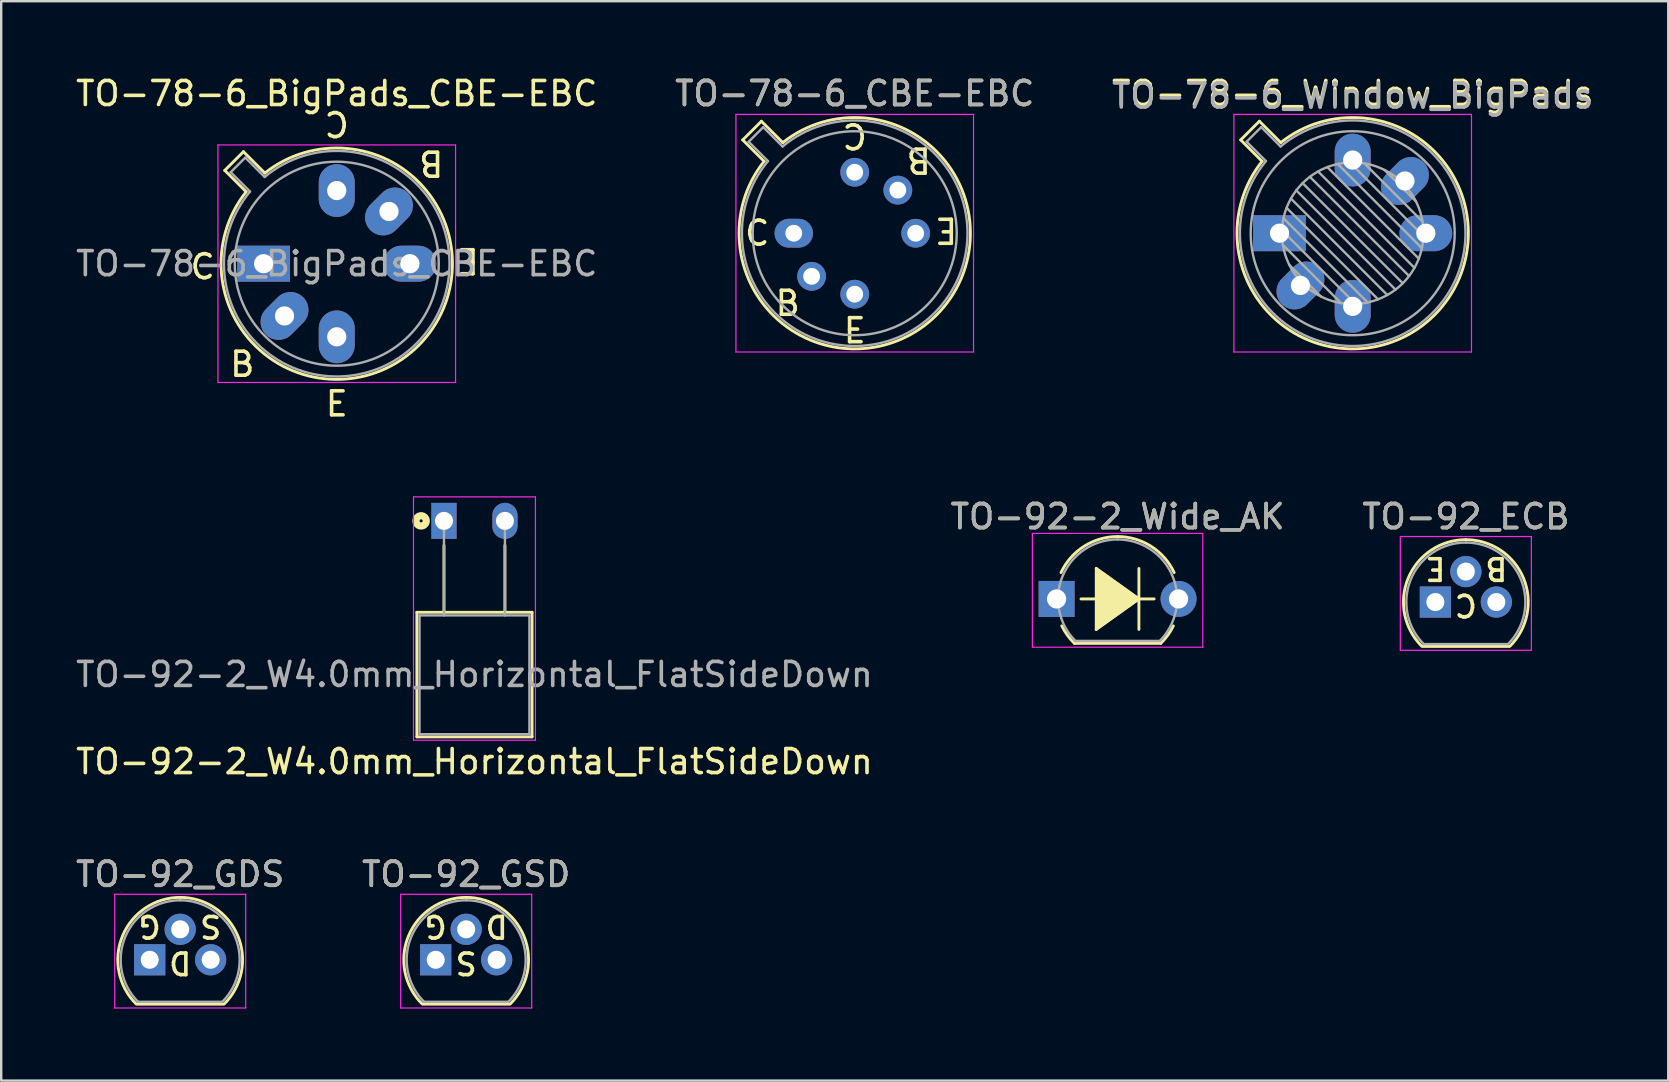
<source format=kicad_pcb>
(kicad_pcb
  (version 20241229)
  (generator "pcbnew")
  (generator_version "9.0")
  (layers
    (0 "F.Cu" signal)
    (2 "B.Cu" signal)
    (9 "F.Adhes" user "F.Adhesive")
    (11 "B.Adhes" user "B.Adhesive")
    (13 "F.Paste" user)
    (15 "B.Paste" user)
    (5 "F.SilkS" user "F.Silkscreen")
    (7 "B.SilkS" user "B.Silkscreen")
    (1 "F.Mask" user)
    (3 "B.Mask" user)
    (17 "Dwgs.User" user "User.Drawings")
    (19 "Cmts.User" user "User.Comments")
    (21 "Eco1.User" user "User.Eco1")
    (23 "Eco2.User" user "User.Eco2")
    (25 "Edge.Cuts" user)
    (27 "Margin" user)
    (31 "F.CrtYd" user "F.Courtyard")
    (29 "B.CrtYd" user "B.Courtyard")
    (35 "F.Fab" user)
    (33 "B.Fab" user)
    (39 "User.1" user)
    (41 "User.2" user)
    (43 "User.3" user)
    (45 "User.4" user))
  (footprint "TO-78-6_CBE-EBC"
    (layer "F.Cu")
    (at 30.025 6.668)
    (property "Reference" "TO-78-6_CBE-EBC" (at 2.54 -5.82 0) (layer "F.SilkS") (effects (font (size 1 1) (thickness 0.15))))
    (fp_line (start -2.126 -3.888) (end -1.235 -2.997) (stroke (width 0.12) (type solid)) (layer "F.SilkS"))
    (fp_line (start -1.348 -4.666) (end -2.126 -3.888) (stroke (width 0.12) (type solid)) (layer "F.SilkS"))
    (fp_line (start -0.457 -3.775) (end -1.348 -4.666) (stroke (width 0.12) (type solid)) (layer "F.SilkS"))
    (fp_arc (start -0.457084 -3.774902) (mid 5.948125 3.408384) (end -1.234674 -2.997371) (stroke (width 0.12) (type solid)) (layer "F.SilkS"))
    (fp_line (start -2.41 -4.95) (end -2.41 4.95) (stroke (width 0.05) (type solid)) (layer "F.CrtYd"))
    (fp_line (start -2.41 4.95) (end 7.49 4.95) (stroke (width 0.05) (type solid)) (layer "F.CrtYd"))
    (fp_line (start 7.49 -4.95) (end -2.41 -4.95) (stroke (width 0.05) (type solid)) (layer "F.CrtYd"))
    (fp_line (start 7.49 4.95) (end 7.49 -4.95) (stroke (width 0.05) (type solid)) (layer "F.CrtYd"))
    (fp_line (start -1.88 -3.812) (end -1.074 -3.005) (stroke (width 0.1) (type solid)) (layer "F.Fab"))
    (fp_line (start -1.272 -4.42) (end -1.88 -3.812) (stroke (width 0.1) (type solid)) (layer "F.Fab"))
    (fp_line (start -0.465 -3.614) (end -1.272 -4.42) (stroke (width 0.1) (type solid)) (layer "F.Fab"))
    (fp_arc (start -0.465408 -3.61352) (mid 5.863443 3.323361) (end -1.073594 -3.005319) (stroke (width 0.1) (type solid)) (layer "F.Fab"))
    (fp_circle (center 2.54 0) (end 6.79 0) (stroke (width 0.1) (type solid)) (fill no) (layer "F.Fab"))
    (fp_text user "B" (at -0.254 2.921 0) (unlocked yes) (layer "F.SilkS") (effects (font (size 1 1) (thickness 0.15))))
    (fp_text user "E" (at 6.35 -0.127 180) (unlocked yes) (layer "F.SilkS") (effects (font (size 1 1) (thickness 0.15))))
    (fp_text user "B" (at 5.207 -3.048 180) (unlocked yes) (layer "F.SilkS") (effects (font (size 1 1) (thickness 0.15))))
    (fp_text user "C" (at 2.54 -4.064 180) (unlocked yes) (layer "F.SilkS") (effects (font (size 1 1) (thickness 0.15))))
    (fp_text user "E" (at 2.54 4.064 0) (unlocked yes) (layer "F.SilkS") (effects (font (size 1 1) (thickness 0.15))))
    (fp_text user "C" (at -1.524 0 0) (unlocked yes) (layer "F.SilkS") (effects (font (size 1 1) (thickness 0.15))))
    (fp_text user "${REFERENCE}" (at 2.54 -5.82 0) (layer "F.Fab") (effects (font (size 1 1) (thickness 0.15))))
    (pad "1" thru_hole oval (at 0 0) (size 1.6 1.2) (drill 0.7) (layers "*.Cu" "*.Mask"))
    (pad "2" thru_hole oval (at 0.744 1.796) (size 1.2 1.2) (drill 0.7) (layers "*.Cu" "*.Mask"))
    (pad "3" thru_hole oval (at 2.54 2.54) (size 1.2 1.2) (drill 0.7) (layers "*.Cu" "*.Mask"))
    (pad "4" thru_hole oval (at 5.08 0) (size 1.2 1.2) (drill 0.7) (layers "*.Cu" "*.Mask"))
    (pad "5" thru_hole oval (at 4.336 -1.796) (size 1.2 1.2) (drill 0.7) (layers "*.Cu" "*.Mask"))
    (pad "6" thru_hole oval (at 2.54 -2.54) (size 1.2 1.2) (drill 0.7) (layers "*.Cu" "*.Mask")))
  (footprint "TO-78-6_BigPads_CBE-EBC"
    (layer "F.Cu")
    (at 7.934 7.938)
    (property "Reference" "TO-78-6_BigPads_CBE-EBC" (at 3.048 -7.09 0) (layer "F.SilkS") (effects (font (size 1 1) (thickness 0.15))))
    (attr through_hole)
    (fp_line (start -1.618 -3.888) (end -0.727 -2.997) (stroke (width 0.12) (type solid)) (layer "F.SilkS"))
    (fp_line (start -0.84 -4.666) (end -1.618 -3.888) (stroke (width 0.12) (type solid)) (layer "F.SilkS"))
    (fp_line (start 0.051 -3.775) (end -0.84 -4.666) (stroke (width 0.12) (type solid)) (layer "F.SilkS"))
    (fp_arc (start 0.050916 -3.774902) (mid 6.456125 3.408384) (end -0.726674 -2.997371) (stroke (width 0.12) (type solid)) (layer "F.SilkS"))
    (fp_line (start -1.902 -4.95) (end -1.902 4.95) (stroke (width 0.05) (type solid)) (layer "F.CrtYd"))
    (fp_line (start -1.902 4.95) (end 7.998 4.95) (stroke (width 0.05) (type solid)) (layer "F.CrtYd"))
    (fp_line (start 7.998 -4.95) (end -1.902 -4.95) (stroke (width 0.05) (type solid)) (layer "F.CrtYd"))
    (fp_line (start 7.998 4.95) (end 7.998 -4.95) (stroke (width 0.05) (type solid)) (layer "F.CrtYd"))
    (fp_line (start -1.372 -3.812) (end -0.566 -3.005) (stroke (width 0.1) (type solid)) (layer "F.Fab"))
    (fp_line (start -0.764 -4.42) (end -1.372 -3.812) (stroke (width 0.1) (type solid)) (layer "F.Fab"))
    (fp_line (start 0.043 -3.614) (end -0.764 -4.42) (stroke (width 0.1) (type solid)) (layer "F.Fab"))
    (fp_arc (start 0.042592 -3.61352) (mid 6.371443 3.323361) (end -0.565594 -3.005319) (stroke (width 0.1) (type solid)) (layer "F.Fab"))
    (fp_circle (center 3.048 0) (end 7.298 0) (stroke (width 0.1) (type solid)) (fill no) (layer "F.Fab"))
    (fp_text user "E" (at 8.509 -0.127 180) (unlocked yes) (layer "F.SilkS") (effects (font (size 1 1) (thickness 0.15))))
    (fp_text user "B" (at -0.889 4.191 0) (unlocked yes) (layer "F.SilkS") (effects (font (size 1 1) (thickness 0.15))))
    (fp_text user "C" (at -2.54 0.127 0) (unlocked yes) (layer "F.SilkS") (effects (font (size 1 1) (thickness 0.15))))
    (fp_text user "B" (at 6.985 -4.191 180) (unlocked yes) (layer "F.SilkS") (effects (font (size 1 1) (thickness 0.15))))
    (fp_text user "E" (at 3.048 5.842 0) (unlocked yes) (layer "F.SilkS") (effects (font (size 1 1) (thickness 0.15))))
    (fp_text user "C" (at 3.048 -5.842 180) (unlocked yes) (layer "F.SilkS") (effects (font (size 1 1) (thickness 0.15))))
    (fp_text user "${REFERENCE}" (at 3.048 0 0) (layer "F.Fab") (effects (font (size 1 1) (thickness 0.15))))
    (pad "1" thru_hole rect (at 0 0) (size 2.2 1.5) (drill 0.8) (layers "*.Cu" "*.Mask"))
    (pad "2" thru_hole oval (at 0.871 2.177 45) (size 2.2 1.5) (drill 0.8) (layers "*.Cu" "*.Mask"))
    (pad "3" thru_hole oval (at 3.048 3.048) (size 1.5 2.2) (drill 0.8) (layers "*.Cu" "*.Mask"))
    (pad "4" thru_hole oval (at 6.096 0) (size 2.2 1.5) (drill 0.8) (layers "*.Cu" "*.Mask"))
    (pad "5" thru_hole oval (at 5.225 -2.177 45) (size 2.2 1.5) (drill 0.8) (layers "*.Cu" "*.Mask"))
    (pad "6" thru_hole oval (at 3.048 -3.048) (size 1.5 2.2) (drill 0.8) (layers "*.Cu" "*.Mask")))
  (footprint "TO-92-2_W4.0mm_Horizontal_FlatSideDown"
    (layer "F.Cu")
    (at 15.45 18.654)
    (property "Reference" "TO-92-2_W4.0mm_Horizontal_FlatSideDown" (at 1.27 10.033 0) (layer "F.SilkS") (effects (font (size 1 1) (thickness 0.15))))
    (attr through_hole)
    (fp_line (start -1.13 3.81) (end 3.67 3.81) (stroke (width 0.12) (type solid)) (layer "F.SilkS"))
    (fp_line (start -1.13 9) (end -1.13 3.81) (stroke (width 0.12) (type solid)) (layer "F.SilkS"))
    (fp_line (start 0 1.02) (end 0 3.81) (stroke (width 0.12) (type solid)) (layer "F.SilkS"))
    (fp_line (start 2.54 1.02) (end 2.54 3.81) (stroke (width 0.12) (type solid)) (layer "F.SilkS"))
    (fp_line (start 3.67 3.81) (end 3.67 9) (stroke (width 0.12) (type solid)) (layer "F.SilkS"))
    (fp_line (start 3.67 9) (end -1.13 9) (stroke (width 0.12) (type solid)) (layer "F.SilkS"))
    (fp_circle (center -0.953 0) (end -0.889 0) (stroke (width 0.3) (type solid)) (fill no) (layer "F.SilkS"))
    (fp_line (start -1.27 -1) (end -1.27 9.14) (stroke (width 0.05) (type solid)) (layer "F.CrtYd"))
    (fp_line (start -1.27 -1) (end 3.81 -1) (stroke (width 0.05) (type solid)) (layer "F.CrtYd"))
    (fp_line (start 3.81 9.14) (end -1.27 9.14) (stroke (width 0.05) (type solid)) (layer "F.CrtYd"))
    (fp_line (start 3.81 9.14) (end 3.81 -1) (stroke (width 0.05) (type solid)) (layer "F.CrtYd"))
    (fp_line (start -1.02 3.94) (end 3.56 3.94) (stroke (width 0.1) (type solid)) (layer "F.Fab"))
    (fp_line (start -1.02 8.89) (end -1.02 3.94) (stroke (width 0.1) (type solid)) (layer "F.Fab"))
    (fp_line (start 0 3.94) (end 0 0) (stroke (width 0.1) (type solid)) (layer "F.Fab"))
    (fp_line (start 2.54 3.94) (end 2.54 0) (stroke (width 0.1) (type solid)) (layer "F.Fab"))
    (fp_line (start 3.56 3.94) (end 3.56 8.89) (stroke (width 0.1) (type solid)) (layer "F.Fab"))
    (fp_line (start 3.56 8.89) (end -1.02 8.89) (stroke (width 0.1) (type solid)) (layer "F.Fab"))
    (fp_text user "${REFERENCE}" (at 1.27 6.4 0) (layer "F.Fab") (effects (font (size 1 1) (thickness 0.15))))
    (pad "1" thru_hole rect (at 0 0) (size 1.05 1.5) (drill 0.75) (layers "*.Cu" "*.Mask"))
    (pad "3" thru_hole oval (at 2.54 0) (size 1.05 1.5) (drill 0.75) (layers "*.Cu" "*.Mask")))
  (footprint "TO-92_ECB"
    (layer "F.Cu")
    (at 56.76 22.037)
    (property "Reference" "TO-92_ECB" (at 1.27 -3.56 0) (layer "F.SilkS") (effects (font (size 1 1) (thickness 0.15))))
    (fp_line (start -0.53 1.85) (end 3.07 1.85) (stroke (width 0.12) (type solid)) (layer "F.SilkS"))
    (fp_arc (start -0.568478 1.838478) (mid -1.132087 -0.994977) (end 1.27 -2.6) (stroke (width 0.12) (type solid)) (layer "F.SilkS"))
    (fp_arc (start 1.27 -2.6) (mid 3.672087 -0.994977) (end 3.108478 1.838478) (stroke (width 0.12) (type solid)) (layer "F.SilkS"))
    (fp_line (start -1.46 -2.73) (end -1.46 2.01) (stroke (width 0.05) (type solid)) (layer "F.CrtYd"))
    (fp_line (start -1.46 -2.73) (end 4 -2.73) (stroke (width 0.05) (type solid)) (layer "F.CrtYd"))
    (fp_line (start 4 2.01) (end -1.46 2.01) (stroke (width 0.05) (type solid)) (layer "F.CrtYd"))
    (fp_line (start 4 2.01) (end 4 -2.73) (stroke (width 0.05) (type solid)) (layer "F.CrtYd"))
    (fp_line (start -0.5 1.75) (end 3 1.75) (stroke (width 0.1) (type solid)) (layer "F.Fab"))
    (fp_arc (start -0.483625 1.753625) (mid -1.021221 -0.949055) (end 1.27 -2.48) (stroke (width 0.1) (type solid)) (layer "F.Fab"))
    (fp_arc (start 1.27 -2.48) (mid 3.561221 -0.949055) (end 3.023625 1.753625) (stroke (width 0.1) (type solid)) (layer "F.Fab"))
    (fp_text user "B" (at 2.54 -1.397 180) (unlocked yes) (layer "F.SilkS") (effects (font (size 0.9 0.9) (thickness 0.15))))
    (fp_text user "E" (at 0 -1.397 180) (unlocked yes) (layer "F.SilkS") (effects (font (size 0.9 0.9) (thickness 0.15))))
    (fp_text user "C" (at 1.27 0.127 180) (unlocked yes) (layer "F.SilkS") (effects (font (size 0.9 0.9) (thickness 0.15))))
    (fp_text user "${REFERENCE}" (at 1.27 -3.56 0) (layer "F.Fab") (effects (font (size 1 1) (thickness 0.15))))
    (pad "1" thru_hole rect (at 0 0 90) (size 1.3 1.3) (drill 0.75) (layers "*.Cu" "*.Mask"))
    (pad "2" thru_hole circle (at 1.27 -1.27 90) (size 1.3 1.3) (drill 0.75) (layers "*.Cu" "*.Mask"))
    (pad "3" thru_hole circle (at 2.54 0 90) (size 1.3 1.3) (drill 0.75) (layers "*.Cu" "*.Mask")))
  (footprint "TO-78-6_Window_BigPads"
    (layer "F.Cu")
    (at 50.775 6.668)
    (property "Reference" "TO-78-6_Window_BigPads" (at 2.54 -5.82 0) (layer "F.SilkS") (effects (font (size 1 1) (thickness 0.15))))
    (attr through_hole)
    (fp_line (start -2.126 -3.888) (end -1.235 -2.997) (stroke (width 0.12) (type solid)) (layer "F.SilkS"))
    (fp_line (start -1.348 -4.666) (end -2.126 -3.888) (stroke (width 0.12) (type solid)) (layer "F.SilkS"))
    (fp_line (start -0.457 -3.775) (end -1.348 -4.666) (stroke (width 0.12) (type solid)) (layer "F.SilkS"))
    (fp_arc (start -0.457084 -3.774902) (mid 5.948125 3.408384) (end -1.234674 -2.997371) (stroke (width 0.12) (type solid)) (layer "F.SilkS"))
    (fp_line (start -2.41 -4.95) (end -2.41 4.95) (stroke (width 0.05) (type solid)) (layer "F.CrtYd"))
    (fp_line (start -2.41 4.95) (end 7.49 4.95) (stroke (width 0.05) (type solid)) (layer "F.CrtYd"))
    (fp_line (start 7.49 -4.95) (end -2.41 -4.95) (stroke (width 0.05) (type solid)) (layer "F.CrtYd"))
    (fp_line (start 7.49 4.95) (end 7.49 -4.95) (stroke (width 0.05) (type solid)) (layer "F.CrtYd"))
    (fp_line (start -1.88 -3.812) (end -1.074 -3.005) (stroke (width 0.1) (type solid)) (layer "F.Fab"))
    (fp_line (start -1.272 -4.42) (end -1.88 -3.812) (stroke (width 0.1) (type solid)) (layer "F.Fab"))
    (fp_line (start -0.465 -3.614) (end -1.272 -4.42) (stroke (width 0.1) (type solid)) (layer "F.Fab"))
    (fp_line (start -0.408 -0.12) (end 2.66 2.948) (stroke (width 0.1) (type solid)) (layer "F.Fab"))
    (fp_line (start -0.371 0.485) (end 2.055 2.911) (stroke (width 0.1) (type solid)) (layer "F.Fab"))
    (fp_line (start -0.344 -0.622) (end 3.162 2.884) (stroke (width 0.1) (type solid)) (layer "F.Fab"))
    (fp_line (start -0.215 -1.058) (end 3.598 2.755) (stroke (width 0.1) (type solid)) (layer "F.Fab"))
    (fp_line (start -0.097 1.324) (end 1.216 2.637) (stroke (width 0.1) (type solid)) (layer "F.Fab"))
    (fp_line (start -0.034 -1.443) (end 3.983 2.574) (stroke (width 0.1) (type solid)) (layer "F.Fab"))
    (fp_line (start 0.19 -1.784) (end 4.324 2.35) (stroke (width 0.1) (type solid)) (layer "F.Fab"))
    (fp_line (start 0.454 -2.086) (end 4.626 2.086) (stroke (width 0.1) (type solid)) (layer "F.Fab"))
    (fp_line (start 0.756 -2.35) (end 4.89 1.784) (stroke (width 0.1) (type solid)) (layer "F.Fab"))
    (fp_line (start 1.097 -2.574) (end 5.114 1.443) (stroke (width 0.1) (type solid)) (layer "F.Fab"))
    (fp_line (start 1.482 -2.755) (end 5.295 1.058) (stroke (width 0.1) (type solid)) (layer "F.Fab"))
    (fp_line (start 1.918 -2.884) (end 5.424 0.622) (stroke (width 0.1) (type solid)) (layer "F.Fab"))
    (fp_line (start 2.42 -2.948) (end 5.488 0.12) (stroke (width 0.1) (type solid)) (layer "F.Fab"))
    (fp_line (start 3.025 -2.911) (end 5.451 -0.485) (stroke (width 0.1) (type solid)) (layer "F.Fab"))
    (fp_line (start 3.864 -2.637) (end 5.177 -1.324) (stroke (width 0.1) (type solid)) (layer "F.Fab"))
    (fp_arc (start -0.465408 -3.61352) (mid 5.863443 3.323361) (end -1.073594 -3.005319) (stroke (width 0.1) (type solid)) (layer "F.Fab"))
    (fp_circle (center 2.54 0) (end 5.49 0) (stroke (width 0.1) (type solid)) (fill no) (layer "F.Fab"))
    (fp_circle (center 2.54 0) (end 6.79 0) (stroke (width 0.1) (type solid)) (fill no) (layer "F.Fab"))
    (fp_text user "${REFERENCE}" (at 2.54 -5.715 0) (layer "F.Fab") (effects (font (size 1 1) (thickness 0.15))))
    (pad "1" thru_hole rect (at -0.508 0) (size 2.2 1.5) (drill 0.8) (layers "*.Cu" "*.Mask"))
    (pad "2" thru_hole oval (at 0.363 2.177 45) (size 2.2 1.5) (drill 0.8) (layers "*.Cu" "*.Mask"))
    (pad "3" thru_hole oval (at 2.54 3.048) (size 1.5 2.2) (drill 0.8) (layers "*.Cu" "*.Mask"))
    (pad "4" thru_hole oval (at 5.588 0) (size 2.2 1.5) (drill 0.8) (layers "*.Cu" "*.Mask"))
    (pad "5" thru_hole oval (at 4.717 -2.177 45) (size 2.2 1.5) (drill 0.8) (layers "*.Cu" "*.Mask"))
    (pad "6" thru_hole oval (at 2.54 -3.048) (size 1.5 2.2) (drill 0.8) (layers "*.Cu" "*.Mask")))
  (footprint "TO-92_GDS"
    (layer "F.Cu")
    (at 3.188 36.943)
    (property "Reference" "TO-92_GDS" (at 1.27 -3.56 0) (layer "F.SilkS") (effects (font (size 1 1) (thickness 0.15))))
    (fp_line (start -0.53 1.85) (end 3.07 1.85) (stroke (width 0.12) (type solid)) (layer "F.SilkS"))
    (fp_arc (start -0.568478 1.838478) (mid -1.132087 -0.994977) (end 1.27 -2.6) (stroke (width 0.12) (type solid)) (layer "F.SilkS"))
    (fp_arc (start 1.27 -2.6) (mid 3.672087 -0.994977) (end 3.108478 1.838478) (stroke (width 0.12) (type solid)) (layer "F.SilkS"))
    (fp_line (start -1.46 -2.73) (end -1.46 2.01) (stroke (width 0.05) (type solid)) (layer "F.CrtYd"))
    (fp_line (start -1.46 -2.73) (end 4 -2.73) (stroke (width 0.05) (type solid)) (layer "F.CrtYd"))
    (fp_line (start 4 2.01) (end -1.46 2.01) (stroke (width 0.05) (type solid)) (layer "F.CrtYd"))
    (fp_line (start 4 2.01) (end 4 -2.73) (stroke (width 0.05) (type solid)) (layer "F.CrtYd"))
    (fp_line (start -0.5 1.75) (end 3 1.75) (stroke (width 0.1) (type solid)) (layer "F.Fab"))
    (fp_arc (start -0.483625 1.753625) (mid -1.021221 -0.949055) (end 1.27 -2.48) (stroke (width 0.1) (type solid)) (layer "F.Fab"))
    (fp_arc (start 1.27 -2.48) (mid 3.561221 -0.949055) (end 3.023625 1.753625) (stroke (width 0.1) (type solid)) (layer "F.Fab"))
    (fp_text user "D" (at 1.27 0.127 180) (unlocked yes) (layer "F.SilkS") (effects (font (size 0.9 0.9) (thickness 0.15))))
    (fp_text user "G" (at 0 -1.397 180) (unlocked yes) (layer "F.SilkS") (effects (font (size 0.9 0.9) (thickness 0.15))))
    (fp_text user "S" (at 2.54 -1.397 180) (unlocked yes) (layer "F.SilkS") (effects (font (size 0.9 0.9) (thickness 0.15))))
    (fp_text user "${REFERENCE}" (at 1.27 -3.56 0) (layer "F.Fab") (effects (font (size 1 1) (thickness 0.15))))
    (pad "1" thru_hole rect (at 0 0 90) (size 1.3 1.3) (drill 0.75) (layers "*.Cu" "*.Mask"))
    (pad "2" thru_hole circle (at 1.27 -1.27 90) (size 1.3 1.3) (drill 0.75) (layers "*.Cu" "*.Mask"))
    (pad "3" thru_hole circle (at 2.54 0 90) (size 1.3 1.3) (drill 0.75) (layers "*.Cu" "*.Mask")))
  (footprint "TO-92-2_Wide_AK"
    (layer "F.Cu")
    (at 40.978 21.907)
    (property "Reference" "TO-92-2_Wide_AK" (at 2.54 -3.43 0) (layer "F.SilkS") (effects (font (size 1 1) (thickness 0.15))))
    (fp_line (start 0.74 1.85) (end 4.34 1.85) (stroke (width 0.12) (type solid)) (layer "F.SilkS"))
    (fp_line (start 1.016 0) (end 1.651 0) (stroke (width 0.12) (type solid)) (layer "F.SilkS"))
    (fp_line (start 1.651 -1.27) (end 3.429 0) (stroke (width 0.12) (type solid)) (layer "F.SilkS"))
    (fp_line (start 1.651 1.27) (end 1.651 -1.27) (stroke (width 0.12) (type solid)) (layer "F.SilkS"))
    (fp_line (start 3.429 -1.27) (end 3.429 0) (stroke (width 0.12) (type solid)) (layer "F.SilkS"))
    (fp_line (start 3.429 0) (end 1.651 1.27) (stroke (width 0.12) (type solid)) (layer "F.SilkS"))
    (fp_line (start 3.429 0) (end 3.429 1.27) (stroke (width 0.12) (type solid)) (layer "F.SilkS"))
    (fp_line (start 4.064 0) (end 3.429 0) (stroke (width 0.12) (type solid)) (layer "F.SilkS"))
    (fp_arc (start 0.1836 -1.098807) (mid 1.143021 -2.192817) (end 2.54 -2.6) (stroke (width 0.12) (type solid)) (layer "F.SilkS"))
    (fp_arc (start 0.74 1.85) (mid 0.446097 1.509328) (end 0.215816 1.122795) (stroke (width 0.12) (type solid)) (layer "F.SilkS"))
    (fp_arc (start 2.54 -2.6) (mid 3.936979 -2.192818) (end 4.8964 -1.098807) (stroke (width 0.12) (type solid)) (layer "F.SilkS"))
    (fp_arc (start 4.864184 1.122795) (mid 4.633903 1.509328) (end 4.34 1.85) (stroke (width 0.12) (type solid)) (layer "F.SilkS"))
    (fp_poly (pts (xy 1.651 -1.27) (xy 3.429 0) (xy 1.651 1.27)) (stroke (width 0.1) (type solid)) (fill yes) (layer "F.SilkS"))
    (fp_line (start -1.01 -2.73) (end -1.01 2.01) (stroke (width 0.05) (type solid)) (layer "F.CrtYd"))
    (fp_line (start -1.01 -2.73) (end 6.09 -2.73) (stroke (width 0.05) (type solid)) (layer "F.CrtYd"))
    (fp_line (start 6.09 2.01) (end -1.01 2.01) (stroke (width 0.05) (type solid)) (layer "F.CrtYd"))
    (fp_line (start 6.09 2.01) (end 6.09 -2.73) (stroke (width 0.05) (type solid)) (layer "F.CrtYd"))
    (fp_line (start 0.8 1.75) (end 4.3 1.75) (stroke (width 0.1) (type solid)) (layer "F.Fab"))
    (fp_arc (start 0.786375 1.753625) (mid 0.248779 -0.949055) (end 2.54 -2.48) (stroke (width 0.1) (type solid)) (layer "F.Fab"))
    (fp_arc (start 2.54 -2.48) (mid 4.831221 -0.949055) (end 4.293625 1.753625) (stroke (width 0.1) (type solid)) (layer "F.Fab"))
    (fp_text user "${REFERENCE}" (at 2.54 -3.43 0) (layer "F.Fab") (effects (font (size 1 1) (thickness 0.15))))
    (pad "1" thru_hole rect (at 0 0 90) (size 1.5 1.5) (drill 0.8) (layers "*.Cu" "*.Mask"))
    (pad "2" thru_hole circle (at 5.08 0 90) (size 1.5 1.5) (drill 0.8) (layers "*.Cu" "*.Mask")))
  (footprint "TO-92_GSD"
    (layer "F.Cu")
    (at 15.105 36.943)
    (property "Reference" "TO-92_GSD" (at 1.27 -3.56 0) (layer "F.SilkS") (effects (font (size 1 1) (thickness 0.15))))
    (fp_line (start -0.53 1.85) (end 3.07 1.85) (stroke (width 0.12) (type solid)) (layer "F.SilkS"))
    (fp_arc (start -0.568478 1.838478) (mid -1.132087 -0.994977) (end 1.27 -2.6) (stroke (width 0.12) (type solid)) (layer "F.SilkS"))
    (fp_arc (start 1.27 -2.6) (mid 3.672087 -0.994977) (end 3.108478 1.838478) (stroke (width 0.12) (type solid)) (layer "F.SilkS"))
    (fp_line (start -1.46 -2.73) (end -1.46 2.01) (stroke (width 0.05) (type solid)) (layer "F.CrtYd"))
    (fp_line (start -1.46 -2.73) (end 4 -2.73) (stroke (width 0.05) (type solid)) (layer "F.CrtYd"))
    (fp_line (start 4 2.01) (end -1.46 2.01) (stroke (width 0.05) (type solid)) (layer "F.CrtYd"))
    (fp_line (start 4 2.01) (end 4 -2.73) (stroke (width 0.05) (type solid)) (layer "F.CrtYd"))
    (fp_line (start -0.5 1.75) (end 3 1.75) (stroke (width 0.1) (type solid)) (layer "F.Fab"))
    (fp_arc (start -0.483625 1.753625) (mid -1.021221 -0.949055) (end 1.27 -2.48) (stroke (width 0.1) (type solid)) (layer "F.Fab"))
    (fp_arc (start 1.27 -2.48) (mid 3.561221 -0.949055) (end 3.023625 1.753625) (stroke (width 0.1) (type solid)) (layer "F.Fab"))
    (fp_text user "S" (at 1.27 0.127 180) (unlocked yes) (layer "F.SilkS") (effects (font (size 0.9 0.9) (thickness 0.15))))
    (fp_text user "D" (at 2.54 -1.397 180) (unlocked yes) (layer "F.SilkS") (effects (font (size 0.9 0.9) (thickness 0.15))))
    (fp_text user "G" (at 0 -1.397 180) (unlocked yes) (layer "F.SilkS") (effects (font (size 0.9 0.9) (thickness 0.15))))
    (fp_text user "${REFERENCE}" (at 1.27 -3.56 0) (layer "F.Fab") (effects (font (size 1 1) (thickness 0.15))))
    (pad "1" thru_hole rect (at 0 0 90) (size 1.3 1.3) (drill 0.75) (layers "*.Cu" "*.Mask"))
    (pad "2" thru_hole circle (at 1.27 -1.27 90) (size 1.3 1.3) (drill 0.75) (layers "*.Cu" "*.Mask"))
    (pad "3" thru_hole circle (at 2.54 0 90) (size 1.3 1.3) (drill 0.75) (layers "*.Cu" "*.Mask")))
  (gr_rect
    (start -3 -3)
    (end 66.464 41.978)
    (stroke (width 0.1) (type default))
    (fill no)
    (layer "Edge.Cuts")))
</source>
